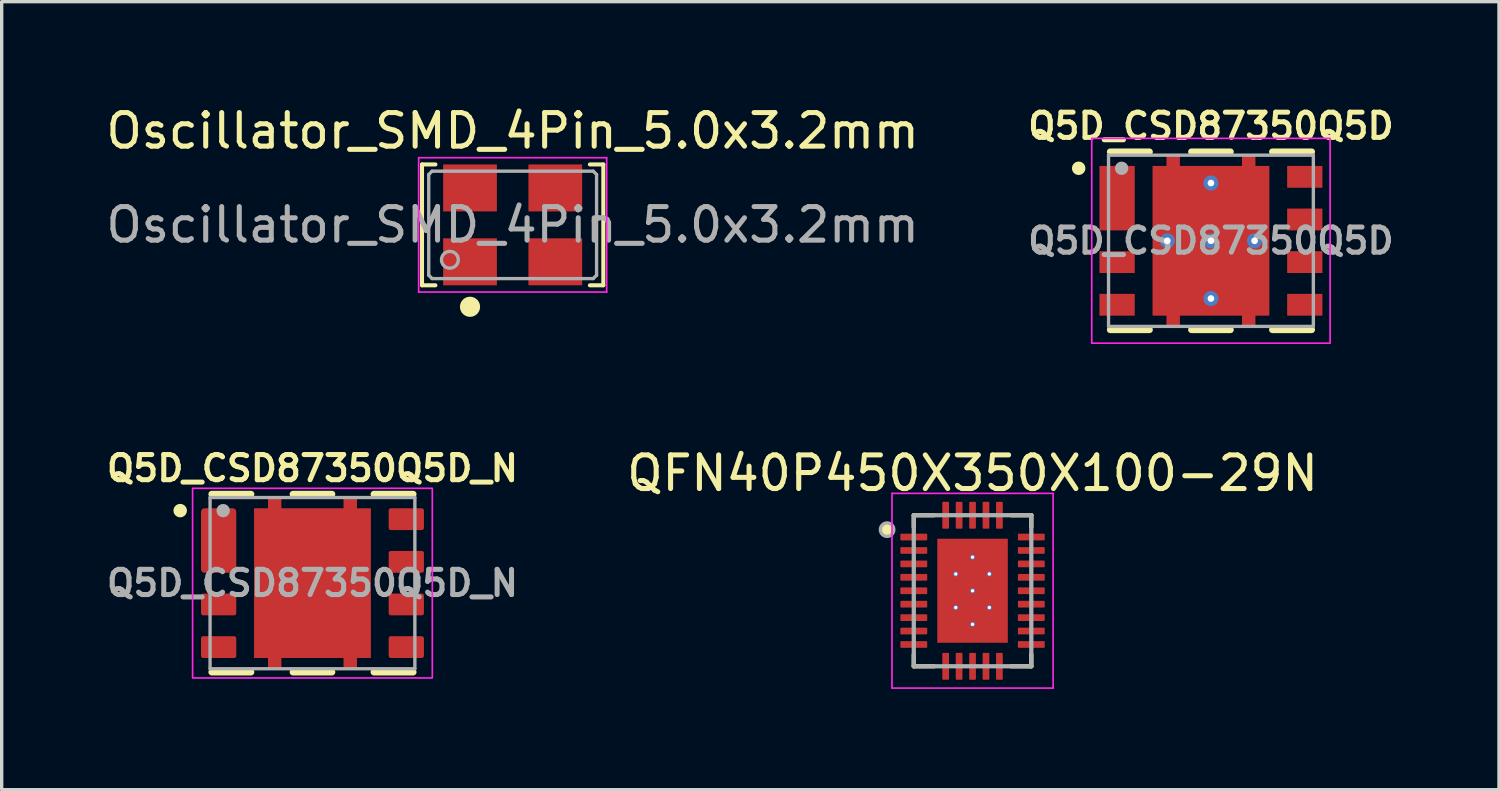
<source format=kicad_pcb>
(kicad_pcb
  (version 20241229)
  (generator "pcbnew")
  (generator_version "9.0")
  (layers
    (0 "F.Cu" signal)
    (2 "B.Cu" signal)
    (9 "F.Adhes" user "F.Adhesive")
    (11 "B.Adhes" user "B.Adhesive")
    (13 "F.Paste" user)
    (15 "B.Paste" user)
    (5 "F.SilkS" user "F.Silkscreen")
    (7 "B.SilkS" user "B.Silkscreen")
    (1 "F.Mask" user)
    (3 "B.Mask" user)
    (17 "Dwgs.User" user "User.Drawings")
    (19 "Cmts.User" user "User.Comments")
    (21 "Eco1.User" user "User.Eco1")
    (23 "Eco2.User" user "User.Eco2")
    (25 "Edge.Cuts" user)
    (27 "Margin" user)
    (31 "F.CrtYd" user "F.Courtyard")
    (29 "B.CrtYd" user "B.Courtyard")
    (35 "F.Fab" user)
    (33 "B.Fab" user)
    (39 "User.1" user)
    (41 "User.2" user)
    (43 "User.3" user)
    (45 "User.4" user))
  (footprint "Oscillator_SMD_4Pin_5.0x3.2mm"
    (layer "F.Cu")
    (at 12.22 3.648)
    (property "Reference" "Oscillator_SMD_4Pin_5.0x3.2mm" (at 0 -2.8 0) (layer "F.SilkS") (effects (font (size 1 1) (thickness 0.15))))
    (attr smd)
    (fp_line (start -2.7 1.8) (end -2.7 -1.8) (stroke (width 0.12) (type solid)) (layer "F.SilkS"))
    (fp_line (start -2.3 -1.8) (end -2.7 -1.8) (stroke (width 0.12) (type solid)) (layer "F.SilkS"))
    (fp_line (start -2.3 1.8) (end -2.7 1.8) (stroke (width 0.12) (type solid)) (layer "F.SilkS"))
    (fp_line (start 2.3 -1.8) (end 2.7 -1.8) (stroke (width 0.12) (type solid)) (layer "F.SilkS"))
    (fp_line (start 2.3 1.8) (end 2.7 1.8) (stroke (width 0.12) (type solid)) (layer "F.SilkS"))
    (fp_line (start 2.7 -1.8) (end 2.7 1.8) (stroke (width 0.12) (type solid)) (layer "F.SilkS"))
    (fp_circle (center -1.27 2.44) (end -1.02 2.44) (stroke (width 0.1) (type solid)) (fill yes) (layer "F.SilkS"))
    (fp_line (start -2.8 -2) (end -2.8 2) (stroke (width 0.05) (type solid)) (layer "F.CrtYd"))
    (fp_line (start -2.8 2) (end 2.8 2) (stroke (width 0.05) (type solid)) (layer "F.CrtYd"))
    (fp_line (start 2.8 -2) (end -2.8 -2) (stroke (width 0.05) (type solid)) (layer "F.CrtYd"))
    (fp_line (start 2.8 2) (end 2.8 -2) (stroke (width 0.05) (type solid)) (layer "F.CrtYd"))
    (fp_line (start -2.5 -1.5) (end -2.4 -1.6) (stroke (width 0.1) (type solid)) (layer "F.Fab"))
    (fp_line (start -2.5 1.5) (end -2.5 -1.5) (stroke (width 0.1) (type solid)) (layer "F.Fab"))
    (fp_line (start -2.4 -1.6) (end 2.4 -1.6) (stroke (width 0.1) (type solid)) (layer "F.Fab"))
    (fp_line (start -2.4 1.6) (end -2.5 1.5) (stroke (width 0.1) (type solid)) (layer "F.Fab"))
    (fp_line (start 2.4 -1.6) (end 2.5 -1.5) (stroke (width 0.1) (type solid)) (layer "F.Fab"))
    (fp_line (start 2.4 1.6) (end -2.4 1.6) (stroke (width 0.1) (type solid)) (layer "F.Fab"))
    (fp_line (start 2.5 -1.5) (end 2.5 1.5) (stroke (width 0.1) (type solid)) (layer "F.Fab"))
    (fp_line (start 2.5 1.5) (end 2.4 1.6) (stroke (width 0.1) (type solid)) (layer "F.Fab"))
    (fp_circle (center -1.87 1.04) (end -1.62 1.04) (stroke (width 0.1) (type solid)) (fill no) (layer "F.Fab"))
    (fp_text user "${REFERENCE}" (at 0 0 0) (layer "F.Fab") (effects (font (size 1 1) (thickness 0.15))))
    (pad "1" smd rect (at -1.27 1.1) (size 1.6 1.4) (layers "F.Cu" "F.Mask" "F.Paste"))
    (pad "2" smd rect (at 1.27 1.1) (size 1.6 1.4) (layers "F.Cu" "F.Mask" "F.Paste"))
    (pad "3" smd rect (at 1.27 -1.1) (size 1.6 1.4) (layers "F.Cu" "F.Mask" "F.Paste"))
    (pad "4" smd rect (at -1.27 -1.1) (size 1.6 1.4) (layers "F.Cu" "F.Mask" "F.Paste")))
  (footprint "QFN40P450X350X100-29N"
    (layer "F.Cu")
    (at 25.918 14.546)
    (property "Reference" "QFN40P450X350X100-29N" (at 0 -3.5 0) (layer "F.SilkS") (effects (font (size 1.002 1.002) (thickness 0.15))))
    (attr smd)
    (fp_line (start -1.75 -2.25) (end -1.75 -1.9) (stroke (width 0.127) (type solid)) (layer "F.SilkS"))
    (fp_line (start -1.75 2.25) (end -1.75 1.9) (stroke (width 0.127) (type solid)) (layer "F.SilkS"))
    (fp_line (start -1.15 -2.25) (end -1.75 -2.25) (stroke (width 0.127) (type solid)) (layer "F.SilkS"))
    (fp_line (start -1.15 2.25) (end -1.75 2.25) (stroke (width 0.127) (type solid)) (layer "F.SilkS"))
    (fp_line (start 1.15 -2.25) (end 1.75 -2.25) (stroke (width 0.127) (type solid)) (layer "F.SilkS"))
    (fp_line (start 1.15 2.25) (end 1.75 2.25) (stroke (width 0.127) (type solid)) (layer "F.SilkS"))
    (fp_line (start 1.75 -2.25) (end 1.75 -1.9) (stroke (width 0.127) (type solid)) (layer "F.SilkS"))
    (fp_line (start 1.75 2.25) (end 1.75 1.9) (stroke (width 0.127) (type solid)) (layer "F.SilkS"))
    (fp_circle (center -2.545 -1.82) (end -2.345 -1.82) (stroke (width 0) (type solid)) (fill yes) (layer "F.SilkS"))
    (fp_rect (start -0.95 -1.475) (end -0.1 -0.625) (stroke (width 0) (type solid)) (fill yes) (layer "F.Paste"))
    (fp_rect (start -0.95 -0.425) (end -0.1 0.425) (stroke (width 0) (type solid)) (fill yes) (layer "F.Paste"))
    (fp_rect (start -0.95 1.475) (end -0.1 0.625) (stroke (width 0) (type solid)) (fill yes) (layer "F.Paste"))
    (fp_rect (start 0.1 -1.475) (end 0.95 -0.625) (stroke (width 0) (type solid)) (fill yes) (layer "F.Paste"))
    (fp_rect (start 0.1 -0.425) (end 0.95 0.425) (stroke (width 0) (type solid)) (fill yes) (layer "F.Paste"))
    (fp_rect (start 0.95 1.475) (end 0.1 0.625) (stroke (width 0) (type solid)) (fill yes) (layer "F.Paste"))
    (fp_line (start -2.4 -2.9) (end 2.4 -2.9) (stroke (width 0.05) (type solid)) (layer "F.CrtYd"))
    (fp_line (start -2.4 2.9) (end -2.4 -2.9) (stroke (width 0.05) (type solid)) (layer "F.CrtYd"))
    (fp_line (start -2.4 2.9) (end 2.4 2.9) (stroke (width 0.05) (type solid)) (layer "F.CrtYd"))
    (fp_line (start 2.4 2.9) (end 2.4 -2.9) (stroke (width 0.05) (type solid)) (layer "F.CrtYd"))
    (fp_line (start -1.75 2.25) (end -1.75 -2.25) (stroke (width 0.127) (type solid)) (layer "F.Fab"))
    (fp_line (start 1.75 -2.25) (end -1.75 -2.25) (stroke (width 0.127) (type solid)) (layer "F.Fab"))
    (fp_line (start 1.75 2.25) (end -1.75 2.25) (stroke (width 0.127) (type solid)) (layer "F.Fab"))
    (fp_line (start 1.75 2.25) (end 1.75 -2.25) (stroke (width 0.127) (type solid)) (layer "F.Fab"))
    (fp_circle (center -2.545 -1.82) (end -2.345 -1.82) (stroke (width 0.1) (type solid)) (fill no) (layer "F.Fab"))
    (pad "1" smd roundrect (at -1.75 -1.6) (size 0.8 0.2) (layers "F.Cu" "F.Mask" "F.Paste") (roundrect_rratio 0.125))
    (pad "2" smd roundrect (at -1.75 -1.2) (size 0.8 0.2) (layers "F.Cu" "F.Mask" "F.Paste") (roundrect_rratio 0.125))
    (pad "3" smd roundrect (at -1.75 -0.8) (size 0.8 0.2) (layers "F.Cu" "F.Mask" "F.Paste") (roundrect_rratio 0.125))
    (pad "4" smd roundrect (at -1.75 -0.4) (size 0.8 0.2) (layers "F.Cu" "F.Mask" "F.Paste") (roundrect_rratio 0.125))
    (pad "5" smd roundrect (at -1.75 0) (size 0.8 0.2) (layers "F.Cu" "F.Mask" "F.Paste") (roundrect_rratio 0.125))
    (pad "6" smd roundrect (at -1.75 0.4) (size 0.8 0.2) (layers "F.Cu" "F.Mask" "F.Paste") (roundrect_rratio 0.125))
    (pad "7" smd roundrect (at -1.75 0.8) (size 0.8 0.2) (layers "F.Cu" "F.Mask" "F.Paste") (roundrect_rratio 0.125))
    (pad "8" smd roundrect (at -1.75 1.2) (size 0.8 0.2) (layers "F.Cu" "F.Mask" "F.Paste") (roundrect_rratio 0.125))
    (pad "9" smd roundrect (at -1.75 1.6) (size 0.8 0.2) (layers "F.Cu" "F.Mask" "F.Paste") (roundrect_rratio 0.125))
    (pad "10" smd roundrect (at -0.8 2.25) (size 0.2 0.8) (layers "F.Cu" "F.Mask" "F.Paste") (roundrect_rratio 0.125))
    (pad "11" smd roundrect (at -0.4 2.25) (size 0.2 0.8) (layers "F.Cu" "F.Mask" "F.Paste") (roundrect_rratio 0.125))
    (pad "12" smd roundrect (at 0 2.25) (size 0.2 0.8) (layers "F.Cu" "F.Mask" "F.Paste") (roundrect_rratio 0.125))
    (pad "13" smd roundrect (at 0.4 2.25) (size 0.2 0.8) (layers "F.Cu" "F.Mask" "F.Paste") (roundrect_rratio 0.125))
    (pad "14" smd roundrect (at 0.8 2.25) (size 0.2 0.8) (layers "F.Cu" "F.Mask" "F.Paste") (roundrect_rratio 0.125))
    (pad "15" smd roundrect (at 1.75 1.6) (size 0.8 0.2) (layers "F.Cu" "F.Mask" "F.Paste") (roundrect_rratio 0.125))
    (pad "16" smd roundrect (at 1.75 1.2) (size 0.8 0.2) (layers "F.Cu" "F.Mask" "F.Paste") (roundrect_rratio 0.125))
    (pad "17" smd roundrect (at 1.75 0.8) (size 0.8 0.2) (layers "F.Cu" "F.Mask" "F.Paste") (roundrect_rratio 0.125))
    (pad "18" smd roundrect (at 1.75 0.4) (size 0.8 0.2) (layers "F.Cu" "F.Mask" "F.Paste") (roundrect_rratio 0.125))
    (pad "19" smd roundrect (at 1.75 0) (size 0.8 0.2) (layers "F.Cu" "F.Mask" "F.Paste") (roundrect_rratio 0.125))
    (pad "20" smd roundrect (at 1.75 -0.4) (size 0.8 0.2) (layers "F.Cu" "F.Mask" "F.Paste") (roundrect_rratio 0.125))
    (pad "21" smd roundrect (at 1.75 -0.8) (size 0.8 0.2) (layers "F.Cu" "F.Mask" "F.Paste") (roundrect_rratio 0.125))
    (pad "22" smd roundrect (at 1.75 -1.2) (size 0.8 0.2) (layers "F.Cu" "F.Mask" "F.Paste") (roundrect_rratio 0.125))
    (pad "23" smd roundrect (at 1.75 -1.6) (size 0.8 0.2) (layers "F.Cu" "F.Mask" "F.Paste") (roundrect_rratio 0.125))
    (pad "24" smd roundrect (at 0.8 -2.25) (size 0.2 0.8) (layers "F.Cu" "F.Mask" "F.Paste") (roundrect_rratio 0.125))
    (pad "25" smd roundrect (at 0.4 -2.25) (size 0.2 0.8) (layers "F.Cu" "F.Mask" "F.Paste") (roundrect_rratio 0.125))
    (pad "26" smd roundrect (at 0 -2.25) (size 0.2 0.8) (layers "F.Cu" "F.Mask" "F.Paste") (roundrect_rratio 0.125))
    (pad "27" smd roundrect (at -0.4 -2.25) (size 0.2 0.8) (layers "F.Cu" "F.Mask" "F.Paste") (roundrect_rratio 0.125))
    (pad "28" smd roundrect (at -0.8 -2.25) (size 0.2 0.8) (layers "F.Cu" "F.Mask" "F.Paste") (roundrect_rratio 0.125))
    (pad "29" thru_hole circle (at -0.5 -0.5) (size 0.15 0.15) (drill 0.1) (layers "*.Cu" "*.Mask"))
    (pad "29" thru_hole circle (at -0.5 0.5 180) (size 0.15 0.15) (drill 0.1) (layers "*.Cu" "*.Mask"))
    (pad "29" thru_hole circle (at 0 -1) (size 0.15 0.15) (drill 0.1) (layers "*.Cu" "*.Mask"))
    (pad "29" thru_hole circle (at 0 0) (size 0.15 0.15) (drill 0.1) (layers "*.Cu" "*.Mask"))
    (pad "29" smd rect (at 0 0) (size 2.1 3.1) (layers "F.Cu" "F.Mask"))
    (pad "29" thru_hole circle (at 0 1 180) (size 0.15 0.15) (drill 0.1) (layers "*.Cu" "*.Mask"))
    (pad "29" thru_hole circle (at 0.5 -0.5) (size 0.15 0.15) (drill 0.1) (layers "*.Cu" "*.Mask"))
    (pad "29" thru_hole circle (at 0.5 0.5 180) (size 0.15 0.15) (drill 0.1) (layers "*.Cu" "*.Mask")))
  (footprint "Q5D_CSD87350Q5D_N"
    (layer "F.Cu")
    (at 6.257 14.319)
    (property "Reference" "Q5D_CSD87350Q5D_N" (at 0 -3.42 0) (unlocked yes) (layer "F.SilkS") (effects (font (size 0.75 0.75) (thickness 0.15))))
    (attr smd)
    (fp_line (start -3 -2.65) (end -1.831 -2.65) (stroke (width 0.2) (type solid)) (layer "F.SilkS"))
    (fp_line (start -3 2.65) (end -1.831 2.65) (stroke (width 0.2) (type solid)) (layer "F.SilkS"))
    (fp_line (start -0.58 -2.65) (end 0.58 -2.65) (stroke (width 0.2) (type solid)) (layer "F.SilkS"))
    (fp_line (start -0.58 2.65) (end 0.58 2.65) (stroke (width 0.2) (type solid)) (layer "F.SilkS"))
    (fp_line (start 1.831 -2.65) (end 3 -2.65) (stroke (width 0.2) (type solid)) (layer "F.SilkS"))
    (fp_line (start 1.831 2.65) (end 3 2.65) (stroke (width 0.2) (type solid)) (layer "F.SilkS"))
    (fp_circle (center -3.94 -2.16) (end -3.84 -2.16) (stroke (width 0.2) (type solid)) (fill yes) (layer "F.SilkS"))
    (fp_rect (start -3.25 -2.15) (end -2.34 -0.39) (stroke (width 0) (type solid)) (fill yes) (layer "F.Paste"))
    (fp_rect (start -3.25 0.385) (end -2.34 0.885) (stroke (width 0) (type solid)) (fill yes) (layer "F.Paste"))
    (fp_rect (start -3.25 1.655) (end -2.34 2.155) (stroke (width 0) (type solid)) (fill yes) (layer "F.Paste"))
    (fp_rect (start -1 -2.501) (end -1.25 -2.16) (stroke (width 0) (type solid)) (fill yes) (layer "F.Paste"))
    (fp_rect (start -1 2.501) (end -1.25 2.16) (stroke (width 0) (type solid)) (fill yes) (layer "F.Paste"))
    (fp_rect (start -0.15 -0.15) (end -1.44 -1.86) (stroke (width 0) (type solid)) (fill yes) (layer "F.Paste"))
    (fp_rect (start -0.15 0.15) (end -1.44 1.86) (stroke (width 0) (type solid)) (fill yes) (layer "F.Paste"))
    (fp_rect (start 0.15 -0.15) (end 1.44 -1.86) (stroke (width 0) (type solid)) (fill yes) (layer "F.Paste"))
    (fp_rect (start 0.15 0.15) (end 1.44 1.86) (stroke (width 0) (type solid)) (fill yes) (layer "F.Paste"))
    (fp_rect (start 1 -2.501) (end 1.25 -2.16) (stroke (width 0) (type solid)) (fill yes) (layer "F.Paste"))
    (fp_rect (start 1 2.501) (end 1.25 2.16) (stroke (width 0) (type solid)) (fill yes) (layer "F.Paste"))
    (fp_rect (start 2.34 -2.155) (end 3.25 -1.655) (stroke (width 0) (type solid)) (fill yes) (layer "F.Paste"))
    (fp_rect (start 2.34 -0.885) (end 3.25 -0.385) (stroke (width 0) (type solid)) (fill yes) (layer "F.Paste"))
    (fp_rect (start 2.34 0.385) (end 3.25 0.885) (stroke (width 0) (type solid)) (fill yes) (layer "F.Paste"))
    (fp_rect (start 2.34 1.655) (end 3.25 2.155) (stroke (width 0) (type solid)) (fill yes) (layer "F.Paste"))
    (fp_rect (start -3.57 -2.825) (end 3.57 2.825) (stroke (width 0.05) (type default)) (fill no) (layer "F.CrtYd"))
    (fp_line (start -3.05 -2.55) (end 3.05 -2.55) (stroke (width 0.1) (type solid)) (layer "F.Fab"))
    (fp_line (start -3.05 2.55) (end -3.05 -2.55) (stroke (width 0.1) (type solid)) (layer "F.Fab"))
    (fp_line (start -3.05 2.55) (end 3.05 2.55) (stroke (width 0.1) (type solid)) (layer "F.Fab"))
    (fp_line (start 3.05 2.55) (end 3.05 -2.55) (stroke (width 0.1) (type solid)) (layer "F.Fab"))
    (fp_circle (center -2.66 -2.16) (end -2.56 -2.16) (stroke (width 0.2) (type solid)) (fill no) (layer "F.Fab"))
    (fp_text user "${REFERENCE}" (at 0 0 0) (unlocked yes) (layer "F.Fab") (effects (font (size 0.75 0.75) (thickness 0.15))))
    (pad "1-2" smd roundrect (at -2.795 -1.27) (size 1.05 1.92) (layers "F.Cu" "F.Mask") (roundrect_rratio 0.1))
    (pad "3" smd roundrect (at -2.795 0.635) (size 1.05 0.65) (layers "F.Cu" "F.Mask") (roundrect_rratio 0.1))
    (pad "4" smd roundrect (at -2.795 1.905) (size 1.05 0.65) (layers "F.Cu" "F.Mask") (roundrect_rratio 0.1))
    (pad "5" smd roundrect (at 2.795 1.905) (size 1.05 0.65) (layers "F.Cu" "F.Mask") (roundrect_rratio 0.1))
    (pad "6" smd roundrect (at 2.795 0.635) (size 1.05 0.65) (layers "F.Cu" "F.Mask") (roundrect_rratio 0.1))
    (pad "7" smd roundrect (at 2.795 -0.635) (size 1.05 0.65) (layers "F.Cu" "F.Mask") (roundrect_rratio 0.1))
    (pad "8" smd roundrect (at 2.795 -1.905) (size 1.05 0.65) (layers "F.Cu" "F.Mask") (roundrect_rratio 0.1))
    (pad "9" smd custom (at 0 0) (size 3.48 4.46) (layers "F.Cu" "F.Mask") (options (anchor rect)) (primitives (gr_poly (pts (xy -1.325 -2.23) (xy -1.325 -2.575) (xy -0.925 -2.575) (xy -0.925 -2.23) (xy 0.925 -2.23) (xy 0.925 -2.575) (xy 1.325 -2.575) (xy 1.325 -2.23) (xy 1.74 -2.23) (xy 1.74 2.23) (xy 1.325 2.23) (xy 1.325 2.575) (xy 0.925 2.575) (xy 0.925 2.23) (xy -0.925 2.23) (xy -0.925 2.575) (xy -1.325 2.575) (xy -1.325 2.23) (xy -1.74 2.23) (xy -1.74 -2.23)) (width 0) (fill yes)) (gr_rect (start -1.325 -2.575) (end -0.925 -2.23) (width 0) (fill yes)) (gr_rect (start -1.325 2.23) (end -0.925 2.575) (width 0) (fill yes)) (gr_rect (start 0.925 -2.575) (end 1.325 -2.23) (width 0) (fill yes)) (gr_rect (start 0.925 2.23) (end 1.325 2.575) (width 0) (fill yes)))))
  (footprint "Q5D_CSD87350Q5D"
    (layer "F.Cu")
    (at 33.019 4.122)
    (property "Reference" "Q5D_CSD87350Q5D" (at 0 -3.42 0) (unlocked yes) (layer "F.SilkS") (effects (font (size 0.75 0.75) (thickness 0.15))))
    (attr smd)
    (fp_line (start -3 -2.65) (end -1.831 -2.65) (stroke (width 0.2) (type solid)) (layer "F.SilkS"))
    (fp_line (start -3 2.65) (end -1.831 2.65) (stroke (width 0.2) (type solid)) (layer "F.SilkS"))
    (fp_line (start -0.58 -2.65) (end 0.58 -2.65) (stroke (width 0.2) (type solid)) (layer "F.SilkS"))
    (fp_line (start -0.58 2.65) (end 0.58 2.65) (stroke (width 0.2) (type solid)) (layer "F.SilkS"))
    (fp_line (start 1.831 -2.65) (end 3 -2.65) (stroke (width 0.2) (type solid)) (layer "F.SilkS"))
    (fp_line (start 1.831 2.65) (end 3 2.65) (stroke (width 0.2) (type solid)) (layer "F.SilkS"))
    (fp_circle (center -3.94 -2.16) (end -3.84 -2.16) (stroke (width 0.2) (type solid)) (fill yes) (layer "F.SilkS"))
    (fp_rect (start -3.25 -2.15) (end -2.34 -0.39) (stroke (width 0) (type solid)) (fill yes) (layer "F.Paste"))
    (fp_rect (start -3.25 0.385) (end -2.34 0.885) (stroke (width 0) (type solid)) (fill yes) (layer "F.Paste"))
    (fp_rect (start -3.25 1.655) (end -2.34 2.155) (stroke (width 0) (type solid)) (fill yes) (layer "F.Paste"))
    (fp_rect (start -1 -2.501) (end -1.25 -2.16) (stroke (width 0) (type solid)) (fill yes) (layer "F.Paste"))
    (fp_rect (start -1 2.501) (end -1.25 2.16) (stroke (width 0) (type solid)) (fill yes) (layer "F.Paste"))
    (fp_rect (start -0.15 -0.15) (end -1.44 -1.86) (stroke (width 0) (type solid)) (fill yes) (layer "F.Paste"))
    (fp_rect (start -0.15 0.15) (end -1.44 1.86) (stroke (width 0) (type solid)) (fill yes) (layer "F.Paste"))
    (fp_rect (start 0.15 -0.15) (end 1.44 -1.86) (stroke (width 0) (type solid)) (fill yes) (layer "F.Paste"))
    (fp_rect (start 0.15 0.15) (end 1.44 1.86) (stroke (width 0) (type solid)) (fill yes) (layer "F.Paste"))
    (fp_rect (start 1 -2.501) (end 1.25 -2.16) (stroke (width 0) (type solid)) (fill yes) (layer "F.Paste"))
    (fp_rect (start 1 2.501) (end 1.25 2.16) (stroke (width 0) (type solid)) (fill yes) (layer "F.Paste"))
    (fp_rect (start 2.34 -2.155) (end 3.25 -1.655) (stroke (width 0) (type solid)) (fill yes) (layer "F.Paste"))
    (fp_rect (start 2.34 -0.885) (end 3.25 -0.385) (stroke (width 0) (type solid)) (fill yes) (layer "F.Paste"))
    (fp_rect (start 2.34 0.385) (end 3.25 0.885) (stroke (width 0) (type solid)) (fill yes) (layer "F.Paste"))
    (fp_rect (start 2.34 1.655) (end 3.25 2.155) (stroke (width 0) (type solid)) (fill yes) (layer "F.Paste"))
    (fp_rect (start -3.55 -3.05) (end 3.55 3.05) (stroke (width 0.05) (type default)) (fill no) (layer "F.CrtYd"))
    (fp_line (start -3.05 -2.55) (end 3.05 -2.55) (stroke (width 0.1) (type solid)) (layer "F.Fab"))
    (fp_line (start -3.05 2.55) (end -3.05 -2.55) (stroke (width 0.1) (type solid)) (layer "F.Fab"))
    (fp_line (start -3.05 2.55) (end 3.05 2.55) (stroke (width 0.1) (type solid)) (layer "F.Fab"))
    (fp_line (start 3.05 2.55) (end 3.05 -2.55) (stroke (width 0.1) (type solid)) (layer "F.Fab"))
    (fp_circle (center -2.66 -2.16) (end -2.56 -2.16) (stroke (width 0.2) (type solid)) (fill no) (layer "F.Fab"))
    (fp_text user "${REFERENCE}" (at 0 0 0) (unlocked yes) (layer "F.Fab") (effects (font (size 0.75 0.75) (thickness 0.15))))
    (pad "1-2" smd rect (at -2.795 -1.27) (size 1.05 1.92) (layers "F.Cu" "F.Mask"))
    (pad "3" smd rect (at -2.795 0.635) (size 1.05 0.65) (layers "F.Cu" "F.Mask"))
    (pad "4" smd rect (at -2.795 1.905) (size 1.05 0.65) (layers "F.Cu" "F.Mask"))
    (pad "5" smd rect (at 2.795 1.905) (size 1.05 0.65) (layers "F.Cu" "F.Mask"))
    (pad "6" smd rect (at 2.795 0.635) (size 1.05 0.65) (layers "F.Cu" "F.Mask"))
    (pad "7" smd rect (at 2.795 -0.635) (size 1.05 0.65) (layers "F.Cu" "F.Mask"))
    (pad "8" smd rect (at 2.795 -1.905) (size 1.05 0.65) (layers "F.Cu" "F.Mask"))
    (pad "9" thru_hole circle (at -1.3 0) (size 0.45 0.45) (drill 0.2) (layers "*.Cu" "*.Mask"))
    (pad "9" thru_hole circle (at 0 -1.72) (size 0.45 0.45) (drill 0.2) (layers "*.Cu" "*.Mask"))
    (pad "9" thru_hole circle (at 0 0) (size 0.45 0.45) (drill 0.2) (layers "*.Cu" "*.Mask"))
    (pad "9" smd custom (at 0 0) (size 3.48 4.46) (layers "F.Cu" "F.Mask") (options (anchor rect)) (primitives (gr_poly (pts (xy -1.325 -2.23) (xy -1.325 -2.575) (xy -0.925 -2.575) (xy -0.925 -2.23) (xy 0.925 -2.23) (xy 0.925 -2.575) (xy 1.325 -2.575) (xy 1.325 -2.23) (xy 1.74 -2.23) (xy 1.74 2.23) (xy 1.325 2.23) (xy 1.325 2.575) (xy 0.925 2.575) (xy 0.925 2.23) (xy -0.925 2.23) (xy -0.925 2.575) (xy -1.325 2.575) (xy -1.325 2.23) (xy -1.74 2.23) (xy -1.74 -2.23)) (width 0) (fill yes)) (gr_rect (start -1.325 -2.575) (end -0.925 -2.23) (width 0) (fill yes)) (gr_rect (start -1.325 2.23) (end -0.925 2.575) (width 0) (fill yes)) (gr_rect (start 0.925 -2.575) (end 1.325 -2.23) (width 0) (fill yes)) (gr_rect (start 0.925 2.23) (end 1.325 2.575) (width 0) (fill yes))))
    (pad "9" thru_hole circle (at 0 1.72) (size 0.45 0.45) (drill 0.2) (layers "*.Cu" "*.Mask"))
    (pad "9" thru_hole circle (at 1.3 0) (size 0.45 0.45) (drill 0.2) (layers "*.Cu" "*.Mask")))
  (gr_rect
    (start -3 -3)
    (end 41.598 20.471)
    (stroke (width 0.1) (type default))
    (fill no)
    (layer "Edge.Cuts")))
</source>
